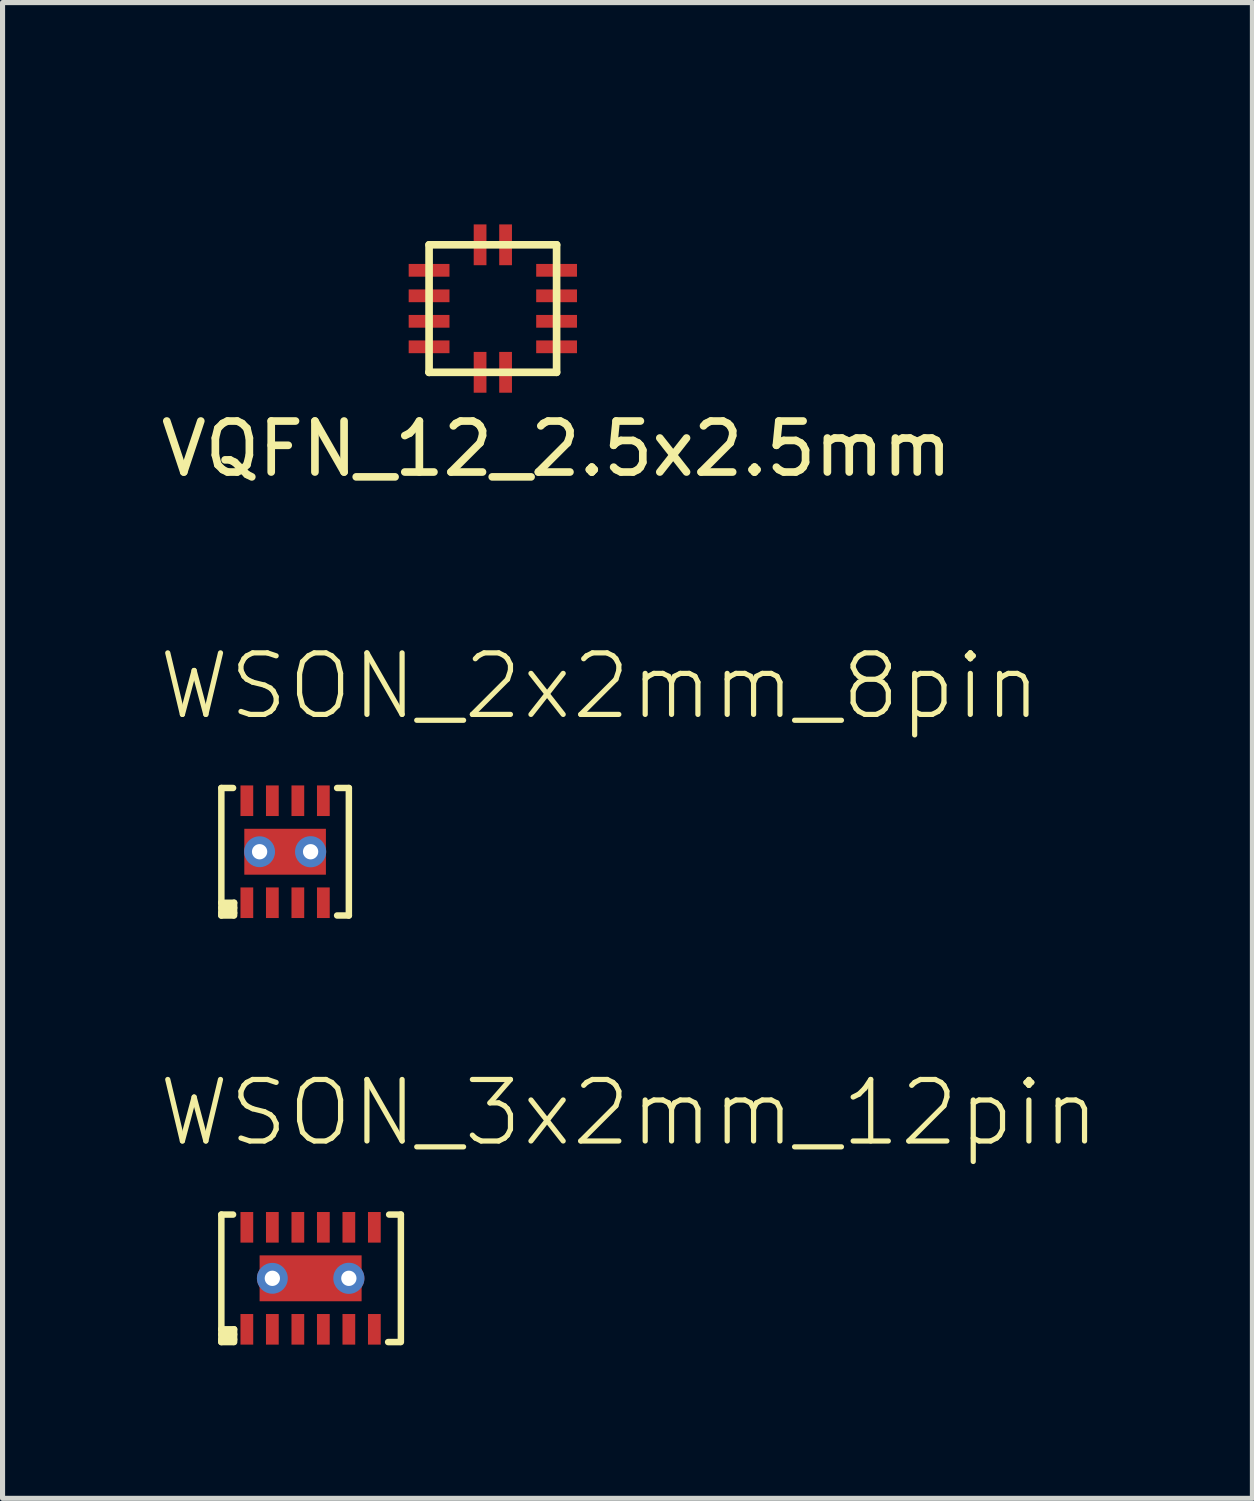
<source format=kicad_pcb>
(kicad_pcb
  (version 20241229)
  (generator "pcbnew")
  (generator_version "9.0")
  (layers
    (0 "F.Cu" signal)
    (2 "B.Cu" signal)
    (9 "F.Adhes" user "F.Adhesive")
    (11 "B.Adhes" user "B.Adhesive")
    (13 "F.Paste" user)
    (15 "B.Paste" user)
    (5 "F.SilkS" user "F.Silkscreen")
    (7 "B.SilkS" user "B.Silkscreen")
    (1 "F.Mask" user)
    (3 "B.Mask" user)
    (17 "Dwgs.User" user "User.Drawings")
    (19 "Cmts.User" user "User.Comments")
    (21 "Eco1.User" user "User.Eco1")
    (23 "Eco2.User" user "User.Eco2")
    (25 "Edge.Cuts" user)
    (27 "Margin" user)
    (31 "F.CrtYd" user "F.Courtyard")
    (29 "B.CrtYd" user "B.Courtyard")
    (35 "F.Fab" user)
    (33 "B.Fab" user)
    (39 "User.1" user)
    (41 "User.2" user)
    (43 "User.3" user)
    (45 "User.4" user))
  (footprint "WSON_2x2mm_8pin"
    (layer "F.Cu")
    (at 2.54 13.65)
    (property "Reference" "WSON_2x2mm_8pin" (at -2.54 -2.54 0) (layer "F.SilkS") (effects (font (size 1.206 1.206) (thickness 0.102)) (justify left bottom)))
    (attr through_hole)
    (fp_line (start -1.25 -1.25) (end -1.25 1) (stroke (width 0.127) (type solid)) (layer "F.SilkS"))
    (fp_line (start -1.25 1) (end -1.25 1.25) (stroke (width 0.127) (type solid)) (layer "F.SilkS"))
    (fp_line (start -1.25 1) (end -1 1) (stroke (width 0.127) (type solid)) (layer "F.SilkS"))
    (fp_line (start -1.25 1.1) (end -1 1.1) (stroke (width 0.127) (type solid)) (layer "F.SilkS"))
    (fp_line (start -1.25 1.2) (end -1 1.2) (stroke (width 0.127) (type solid)) (layer "F.SilkS"))
    (fp_line (start -1.25 1.25) (end -1.02 1.25) (stroke (width 0.127) (type solid)) (layer "F.SilkS"))
    (fp_line (start -1.02 -1.25) (end -1.25 -1.25) (stroke (width 0.127) (type solid)) (layer "F.SilkS"))
    (fp_line (start -1 1.25) (end -1 1) (stroke (width 0.127) (type solid)) (layer "F.SilkS"))
    (fp_line (start 1.02 1.25) (end 1.25 1.25) (stroke (width 0.127) (type solid)) (layer "F.SilkS"))
    (fp_line (start 1.25 -1.25) (end 1.02 -1.25) (stroke (width 0.127) (type solid)) (layer "F.SilkS"))
    (fp_line (start 1.25 1.25) (end 1.25 -1.25) (stroke (width 0.127) (type solid)) (layer "F.SilkS"))
    (pad "1" smd rect (at -0.75 1 90) (size 0.6 0.25) (layers "F.Cu" "F.Mask" "F.Paste"))
    (pad "2" smd rect (at -0.25 1 90) (size 0.6 0.25) (layers "F.Cu" "F.Mask" "F.Paste"))
    (pad "3" smd rect (at 0.25 1 90) (size 0.6 0.25) (layers "F.Cu" "F.Mask" "F.Paste"))
    (pad "4" smd rect (at 0.75 1 90) (size 0.6 0.25) (layers "F.Cu" "F.Mask" "F.Paste"))
    (pad "5" smd rect (at 0.75 -1 90) (size 0.6 0.25) (layers "F.Cu" "F.Mask" "F.Paste"))
    (pad "6" smd rect (at 0.25 -1 90) (size 0.6 0.25) (layers "F.Cu" "F.Mask" "F.Paste"))
    (pad "7" smd rect (at -0.25 -1 90) (size 0.6 0.25) (layers "F.Cu" "F.Mask" "F.Paste"))
    (pad "8" smd rect (at -0.75 -1 90) (size 0.6 0.25) (layers "F.Cu" "F.Mask" "F.Paste"))
    (pad "EXPA" smd rect (at 0 0 90) (size 0.9 1.6) (layers "F.Cu" "F.Mask" "F.Paste"))
    (pad "GND1" thru_hole circle (at -0.5 0) (size 0.605 0.605) (drill 0.3) (layers "*.Cu" "*.Mask"))
    (pad "GND2" thru_hole circle (at 0.5 0) (size 0.61 0.61) (drill 0.3) (layers "*.Cu" "*.Mask")))
  (footprint "VQFN_12_2.5x2.5mm"
    (layer "F.Cu")
    (at 7.363 0.25)
    (property "Reference" "VQFN_12_2.5x2.5mm" (at 0.5 5.5 0) (layer "F.SilkS") (effects (font (size 1 1) (thickness 0.15))))
    (attr through_hole)
    (fp_line (start -2 1.5) (end -2 4) (stroke (width 0.15) (type solid)) (layer "F.SilkS"))
    (fp_line (start -2 4) (end -2 4) (stroke (width 0.15) (type solid)) (layer "F.SilkS"))
    (fp_line (start -2 4) (end 0.5 4) (stroke (width 0.15) (type solid)) (layer "F.SilkS"))
    (fp_line (start 0.5 1.5) (end -2 1.5) (stroke (width 0.15) (type solid)) (layer "F.SilkS"))
    (fp_line (start 0.5 4) (end 0.5 1.5) (stroke (width 0.15) (type solid)) (layer "F.SilkS"))
    (pad "1" smd rect (at -2 2 90) (size 0.25 0.8) (layers "F.Cu" "F.Mask" "F.Paste"))
    (pad "2" smd rect (at -2 2.5 90) (size 0.25 0.8) (layers "F.Cu" "F.Mask" "F.Paste"))
    (pad "3" smd rect (at -2 3 90) (size 0.25 0.8) (layers "F.Cu" "F.Mask" "F.Paste"))
    (pad "4" smd rect (at -2 3.5 90) (size 0.25 0.8) (layers "F.Cu" "F.Mask" "F.Paste"))
    (pad "5" smd rect (at -1 4) (size 0.25 0.8) (layers "F.Cu" "F.Mask" "F.Paste"))
    (pad "6" smd rect (at -0.5 4) (size 0.25 0.8) (layers "F.Cu" "F.Mask" "F.Paste"))
    (pad "7" smd rect (at 0.5 3.5 90) (size 0.25 0.8) (layers "F.Cu" "F.Mask" "F.Paste"))
    (pad "8" smd rect (at 0.5 3 90) (size 0.25 0.8) (layers "F.Cu" "F.Mask" "F.Paste"))
    (pad "9" smd rect (at 0.5 2.5 90) (size 0.25 0.8) (layers "F.Cu" "F.Mask" "F.Paste"))
    (pad "10" smd rect (at 0.5 2 90) (size 0.25 0.8) (layers "F.Cu" "F.Mask" "F.Paste"))
    (pad "11" smd rect (at -0.5 1.5) (size 0.25 0.8) (layers "F.Cu" "F.Mask" "F.Paste"))
    (pad "12" smd rect (at -1 1.5) (size 0.25 0.8) (layers "F.Cu" "F.Mask" "F.Paste")))
  (footprint "WSON_3x2mm_12pin"
    (layer "F.Cu")
    (at 2.54 22.014)
    (property "Reference" "WSON_3x2mm_12pin" (at -2.54 -2.54 0) (layer "F.SilkS") (effects (font (size 1.206 1.206) (thickness 0.102)) (justify left bottom)))
    (attr through_hole)
    (fp_line (start -1.25 -1.25) (end -1.25 1) (stroke (width 0.127) (type solid)) (layer "F.SilkS"))
    (fp_line (start -1.25 1) (end -1.25 1.25) (stroke (width 0.127) (type solid)) (layer "F.SilkS"))
    (fp_line (start -1.25 1) (end -1 1) (stroke (width 0.127) (type solid)) (layer "F.SilkS"))
    (fp_line (start -1.25 1.1) (end -1 1.1) (stroke (width 0.127) (type solid)) (layer "F.SilkS"))
    (fp_line (start -1.25 1.2) (end -1 1.2) (stroke (width 0.127) (type solid)) (layer "F.SilkS"))
    (fp_line (start -1.25 1.25) (end -1.02 1.25) (stroke (width 0.127) (type solid)) (layer "F.SilkS"))
    (fp_line (start -1.02 -1.25) (end -1.25 -1.25) (stroke (width 0.127) (type solid)) (layer "F.SilkS"))
    (fp_line (start -1 1.25) (end -1 1) (stroke (width 0.127) (type solid)) (layer "F.SilkS"))
    (fp_line (start 2.02 1.25) (end 2.25 1.25) (stroke (width 0.127) (type solid)) (layer "F.SilkS"))
    (fp_line (start 2.27 -1.25) (end 2.04 -1.25) (stroke (width 0.127) (type solid)) (layer "F.SilkS"))
    (fp_line (start 2.27 1.25) (end 2.27 -1.25) (stroke (width 0.127) (type solid)) (layer "F.SilkS"))
    (pad "1" smd rect (at -0.75 1 90) (size 0.6 0.25) (layers "F.Cu" "F.Mask" "F.Paste"))
    (pad "2" smd rect (at -0.25 1 90) (size 0.6 0.25) (layers "F.Cu" "F.Mask" "F.Paste"))
    (pad "3" smd rect (at 0.25 1 90) (size 0.6 0.25) (layers "F.Cu" "F.Mask" "F.Paste"))
    (pad "4" smd rect (at 0.75 1 90) (size 0.6 0.25) (layers "F.Cu" "F.Mask" "F.Paste"))
    (pad "5" smd rect (at 1.25 1 90) (size 0.6 0.25) (layers "F.Cu" "F.Mask" "F.Paste"))
    (pad "6" smd rect (at 1.75 1 90) (size 0.6 0.25) (layers "F.Cu" "F.Mask" "F.Paste"))
    (pad "7" smd rect (at 1.75 -1 90) (size 0.6 0.25) (layers "F.Cu" "F.Mask" "F.Paste"))
    (pad "8" smd rect (at 1.25 -1 90) (size 0.6 0.25) (layers "F.Cu" "F.Mask" "F.Paste"))
    (pad "9" smd rect (at 0.75 -1 90) (size 0.6 0.25) (layers "F.Cu" "F.Mask" "F.Paste"))
    (pad "10" smd rect (at 0.25 -1 90) (size 0.6 0.25) (layers "F.Cu" "F.Mask" "F.Paste"))
    (pad "11" smd rect (at -0.25 -1 90) (size 0.6 0.25) (layers "F.Cu" "F.Mask" "F.Paste"))
    (pad "12" smd rect (at -0.75 -1 90) (size 0.6 0.25) (layers "F.Cu" "F.Mask" "F.Paste"))
    (pad "GND1" thru_hole circle (at -0.25 0) (size 0.605 0.605) (drill 0.3) (layers "*.Cu" "*.Mask"))
    (pad "GND1" smd rect (at 0.5 0 90) (size 0.9 2) (layers "F.Cu" "F.Mask" "F.Paste"))
    (pad "GND2" thru_hole circle (at 1.25 0) (size 0.61 0.61) (drill 0.3) (layers "*.Cu" "*.Mask")))
  (gr_rect
    (start -3 -3)
    (end 21.506 26.328)
    (stroke (width 0.1) (type default))
    (fill no)
    (layer "Edge.Cuts")))
</source>
